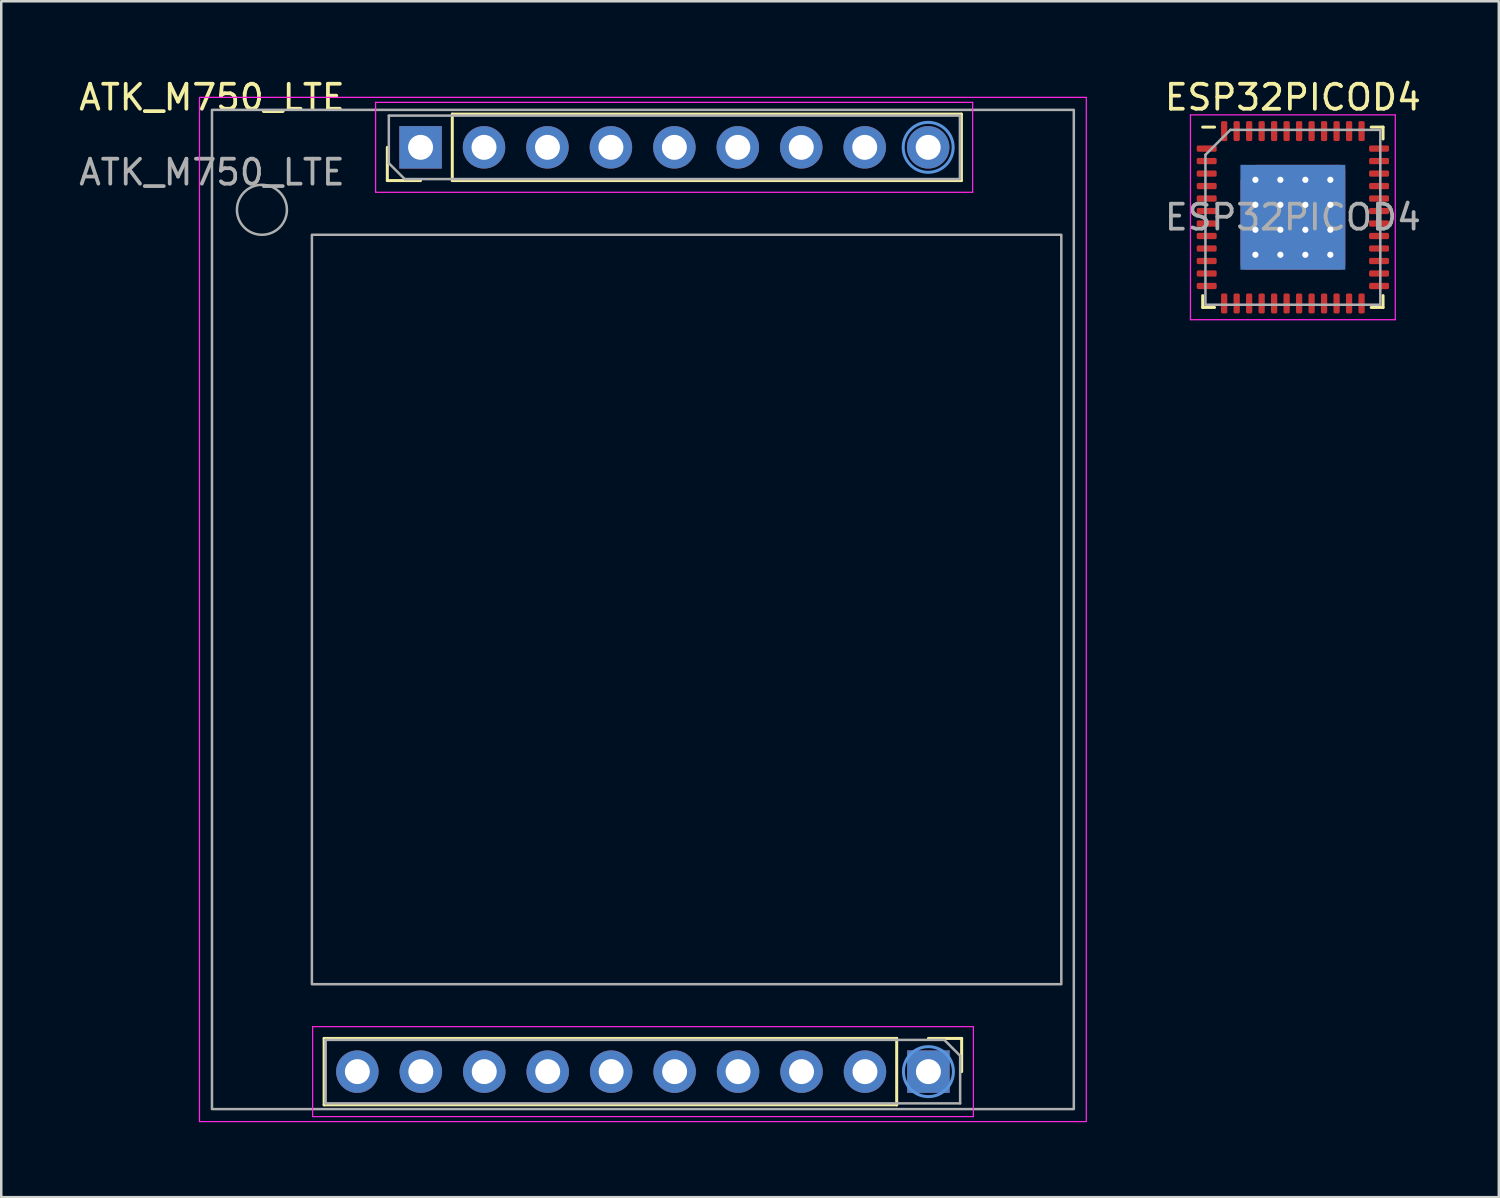
<source format=kicad_pcb>
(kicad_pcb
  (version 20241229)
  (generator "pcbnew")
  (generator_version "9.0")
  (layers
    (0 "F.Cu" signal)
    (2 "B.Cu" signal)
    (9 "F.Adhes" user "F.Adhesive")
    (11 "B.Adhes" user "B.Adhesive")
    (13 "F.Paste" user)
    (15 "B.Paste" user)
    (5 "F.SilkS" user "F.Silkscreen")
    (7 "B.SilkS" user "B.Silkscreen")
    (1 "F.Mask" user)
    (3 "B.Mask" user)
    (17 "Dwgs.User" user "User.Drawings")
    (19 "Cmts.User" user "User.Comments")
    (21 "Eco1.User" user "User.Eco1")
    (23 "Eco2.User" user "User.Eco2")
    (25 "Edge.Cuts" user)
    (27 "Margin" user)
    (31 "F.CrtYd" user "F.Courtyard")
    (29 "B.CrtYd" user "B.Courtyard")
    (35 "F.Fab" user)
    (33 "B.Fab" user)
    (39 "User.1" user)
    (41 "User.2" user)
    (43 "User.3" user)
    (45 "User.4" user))
  (footprint "ATK_M750_LTE"
    (layer "F.Cu")
    (at 5.435 1.348)
    (property "Reference" "ATK_M750_LTE" (at 0 -0.5 0) (unlocked yes) (layer "F.SilkS") (effects (font (size 1 1) (thickness 0.15))))
    (attr through_hole)
    (fp_line (start 4.49 37.17) (end 4.49 39.83) (stroke (width 0.12) (type solid)) (layer "F.SilkS"))
    (fp_line (start 7.02 2.83) (end 7.02 1.5) (stroke (width 0.12) (type solid)) (layer "F.SilkS"))
    (fp_line (start 8.35 2.83) (end 7.02 2.83) (stroke (width 0.12) (type solid)) (layer "F.SilkS"))
    (fp_line (start 9.62 0.17) (end 30 0.17) (stroke (width 0.12) (type solid)) (layer "F.SilkS"))
    (fp_line (start 9.62 2.83) (end 9.62 0.17) (stroke (width 0.12) (type solid)) (layer "F.SilkS"))
    (fp_line (start 9.62 2.83) (end 30 2.83) (stroke (width 0.12) (type solid)) (layer "F.SilkS"))
    (fp_line (start 27.41 37.17) (end 4.49 37.17) (stroke (width 0.12) (type solid)) (layer "F.SilkS"))
    (fp_line (start 27.41 37.17) (end 27.41 39.83) (stroke (width 0.12) (type solid)) (layer "F.SilkS"))
    (fp_line (start 27.41 39.83) (end 4.49 39.83) (stroke (width 0.12) (type solid)) (layer "F.SilkS"))
    (fp_line (start 28.68 37.17) (end 30.01 37.17) (stroke (width 0.12) (type solid)) (layer "F.SilkS"))
    (fp_line (start 30 2.83) (end 30 0.17) (stroke (width 0.12) (type solid)) (layer "F.SilkS"))
    (fp_line (start 30.01 37.17) (end 30.01 38.5) (stroke (width 0.12) (type solid)) (layer "F.SilkS"))
    (fp_circle (center 28.67 1.5) (end 29.67 1.5) (stroke (width 0.12) (type solid)) (fill no) (layer "Cmts.User"))
    (fp_circle (center 28.68 38.5) (end 29.68 38.5) (stroke (width 0.12) (type solid)) (fill no) (layer "Cmts.User"))
    (fp_line (start 4.03 36.7) (end 4.03 40.3) (stroke (width 0.05) (type solid)) (layer "F.CrtYd"))
    (fp_line (start 4.03 40.3) (end 30.48 40.3) (stroke (width 0.05) (type solid)) (layer "F.CrtYd"))
    (fp_line (start 6.55 -0.3) (end 6.55 3.3) (stroke (width 0.05) (type solid)) (layer "F.CrtYd"))
    (fp_line (start 6.55 3.3) (end 30.45 3.3) (stroke (width 0.05) (type solid)) (layer "F.CrtYd"))
    (fp_line (start 30.45 -0.3) (end 6.55 -0.3) (stroke (width 0.05) (type solid)) (layer "F.CrtYd"))
    (fp_line (start 30.45 3.3) (end 30.45 -0.3) (stroke (width 0.05) (type solid)) (layer "F.CrtYd"))
    (fp_line (start 30.48 36.7) (end 4.03 36.7) (stroke (width 0.05) (type solid)) (layer "F.CrtYd"))
    (fp_line (start 30.48 40.3) (end 30.48 36.7) (stroke (width 0.05) (type solid)) (layer "F.CrtYd"))
    (fp_rect (start -0.5 -0.5) (end 35 40.5) (stroke (width 0.05) (type solid)) (fill no) (layer "F.CrtYd"))
    (fp_line (start 4.55 37.23) (end 29.315 37.23) (stroke (width 0.1) (type solid)) (layer "F.Fab"))
    (fp_line (start 4.55 39.77) (end 4.55 37.23) (stroke (width 0.1) (type solid)) (layer "F.Fab"))
    (fp_line (start 7.08 0.23) (end 29.94 0.23) (stroke (width 0.1) (type solid)) (layer "F.Fab"))
    (fp_line (start 7.08 2.135) (end 7.08 0.23) (stroke (width 0.1) (type solid)) (layer "F.Fab"))
    (fp_line (start 7.715 2.77) (end 7.08 2.135) (stroke (width 0.1) (type solid)) (layer "F.Fab"))
    (fp_line (start 29.315 37.23) (end 29.95 37.865) (stroke (width 0.1) (type solid)) (layer "F.Fab"))
    (fp_line (start 29.94 0.23) (end 29.94 2.77) (stroke (width 0.1) (type solid)) (layer "F.Fab"))
    (fp_line (start 29.94 2.77) (end 7.715 2.77) (stroke (width 0.1) (type solid)) (layer "F.Fab"))
    (fp_line (start 29.95 37.865) (end 29.95 39.77) (stroke (width 0.1) (type solid)) (layer "F.Fab"))
    (fp_line (start 29.95 39.77) (end 4.55 39.77) (stroke (width 0.1) (type solid)) (layer "F.Fab"))
    (fp_rect (start 0 0) (end 34.5 40) (stroke (width 0.1) (type solid)) (fill no) (layer "F.Fab"))
    (fp_rect (start 4 5) (end 34 35) (stroke (width 0.1) (type solid)) (fill no) (layer "F.Fab"))
    (fp_circle (center 2 4) (end 2 3) (stroke (width 0.1) (type solid)) (fill no) (layer "F.Fab"))
    (fp_text user "${REFERENCE}" (at 0 2.5 0) (unlocked yes) (layer "F.Fab") (effects (font (size 1 1) (thickness 0.15))))
    (pad "1" thru_hole rect (at 8.35 1.5 90) (size 1.7 1.7) (drill 1) (layers "*.Cu" "*.Mask"))
    (pad "2" thru_hole oval (at 10.89 1.5 90) (size 1.7 1.7) (drill 1) (layers "*.Cu" "*.Mask"))
    (pad "3" thru_hole oval (at 13.43 1.5 90) (size 1.7 1.7) (drill 1) (layers "*.Cu" "*.Mask"))
    (pad "4" thru_hole oval (at 15.97 1.5 90) (size 1.7 1.7) (drill 1) (layers "*.Cu" "*.Mask"))
    (pad "5" thru_hole oval (at 18.51 1.5 90) (size 1.7 1.7) (drill 1) (layers "*.Cu" "*.Mask"))
    (pad "6" thru_hole oval (at 21.05 1.5 90) (size 1.7 1.7) (drill 1) (layers "*.Cu" "*.Mask"))
    (pad "7" thru_hole oval (at 23.59 1.5 90) (size 1.7 1.7) (drill 1) (layers "*.Cu" "*.Mask"))
    (pad "8" thru_hole oval (at 26.13 1.5 90) (size 1.7 1.7) (drill 1) (layers "*.Cu" "*.Mask"))
    (pad "9" thru_hole oval (at 28.67 1.5 90) (size 1.7 1.7) (drill 1) (layers "*.Cu" "*.Mask"))
    (pad "10" thru_hole rect (at 28.68 38.5 270) (size 1.7 1.7) (drill 1) (layers "*.Cu" "*.Mask"))
    (pad "11" thru_hole oval (at 26.14 38.5 270) (size 1.7 1.7) (drill 1) (layers "*.Cu" "*.Mask"))
    (pad "12" thru_hole oval (at 23.6 38.5 270) (size 1.7 1.7) (drill 1) (layers "*.Cu" "*.Mask"))
    (pad "13" thru_hole oval (at 21.06 38.5 270) (size 1.7 1.7) (drill 1) (layers "*.Cu" "*.Mask"))
    (pad "14" thru_hole oval (at 18.52 38.5 270) (size 1.7 1.7) (drill 1) (layers "*.Cu" "*.Mask"))
    (pad "15" thru_hole oval (at 15.98 38.5 270) (size 1.7 1.7) (drill 1) (layers "*.Cu" "*.Mask"))
    (pad "16" thru_hole oval (at 13.44 38.5 270) (size 1.7 1.7) (drill 1) (layers "*.Cu" "*.Mask"))
    (pad "17" thru_hole oval (at 10.9 38.5 270) (size 1.7 1.7) (drill 1) (layers "*.Cu" "*.Mask"))
    (pad "18" thru_hole oval (at 8.36 38.5 270) (size 1.7 1.7) (drill 1) (layers "*.Cu" "*.Mask"))
    (pad "19" thru_hole oval (at 5.82 38.5 270) (size 1.7 1.7) (drill 1) (layers "*.Cu" "*.Mask")))
  (footprint "ESP32PICOD4"
    (layer "F.Cu")
    (at 48.704 5.648)
    (property "Reference" "ESP32PICOD4" (at 0 -4.8 0) (layer "F.SilkS") (effects (font (size 1 1) (thickness 0.15))))
    (attr smd)
    (fp_line (start -3.61 3.61) (end -3.61 3.135) (stroke (width 0.12) (type solid)) (layer "F.SilkS"))
    (fp_line (start -3.135 -3.61) (end -3.61 -3.61) (stroke (width 0.12) (type solid)) (layer "F.SilkS"))
    (fp_line (start -3.135 3.61) (end -3.61 3.61) (stroke (width 0.12) (type solid)) (layer "F.SilkS"))
    (fp_line (start 3.135 -3.61) (end 3.61 -3.61) (stroke (width 0.12) (type solid)) (layer "F.SilkS"))
    (fp_line (start 3.135 3.61) (end 3.61 3.61) (stroke (width 0.12) (type solid)) (layer "F.SilkS"))
    (fp_line (start 3.61 -3.61) (end 3.61 -3.135) (stroke (width 0.12) (type solid)) (layer "F.SilkS"))
    (fp_line (start 3.61 3.61) (end 3.61 3.135) (stroke (width 0.12) (type solid)) (layer "F.SilkS"))
    (fp_line (start -4.1 -4.1) (end -4.1 4.1) (stroke (width 0.05) (type solid)) (layer "F.CrtYd"))
    (fp_line (start -4.1 4.1) (end 4.1 4.1) (stroke (width 0.05) (type solid)) (layer "F.CrtYd"))
    (fp_line (start 4.1 -4.1) (end -4.1 -4.1) (stroke (width 0.05) (type solid)) (layer "F.CrtYd"))
    (fp_line (start 4.1 4.1) (end 4.1 -4.1) (stroke (width 0.05) (type solid)) (layer "F.CrtYd"))
    (fp_line (start -3.5 -2.5) (end -2.5 -3.5) (stroke (width 0.1) (type solid)) (layer "F.Fab"))
    (fp_line (start -3.5 3.5) (end -3.5 -2.5) (stroke (width 0.1) (type solid)) (layer "F.Fab"))
    (fp_line (start -2.5 -3.5) (end 3.5 -3.5) (stroke (width 0.1) (type solid)) (layer "F.Fab"))
    (fp_line (start 3.5 -3.5) (end 3.5 3.5) (stroke (width 0.1) (type solid)) (layer "F.Fab"))
    (fp_line (start 3.5 3.5) (end -3.5 3.5) (stroke (width 0.1) (type solid)) (layer "F.Fab"))
    (fp_text user "${REFERENCE}" (at 0 0 0) (layer "F.Fab") (effects (font (size 1 1) (thickness 0.15))))
    (pad "" smd custom (at -1 -1) (size 0.772 0.772) (layers "F.Paste") (options (anchor circle)) (primitives (gr_poly (pts (xy -0.32 -0.211) (xy -0.211 -0.32) (xy 0.211 -0.32) (xy 0.32 -0.211) (xy 0.32 0.211) (xy 0.211 0.32) (xy -0.211 0.32) (xy -0.32 0.211)) (width 0.264) (fill yes))))
    (pad "" smd custom (at -1 0) (size 0.772 0.772) (layers "F.Paste") (options (anchor circle)) (primitives (gr_poly (pts (xy -0.32 -0.211) (xy -0.211 -0.32) (xy 0.211 -0.32) (xy 0.32 -0.211) (xy 0.32 0.211) (xy 0.211 0.32) (xy -0.211 0.32) (xy -0.32 0.211)) (width 0.264) (fill yes))))
    (pad "" smd custom (at -1 1) (size 0.772 0.772) (layers "F.Paste") (options (anchor circle)) (primitives (gr_poly (pts (xy -0.32 -0.211) (xy -0.211 -0.32) (xy 0.211 -0.32) (xy 0.32 -0.211) (xy 0.32 0.211) (xy 0.211 0.32) (xy -0.211 0.32) (xy -0.32 0.211)) (width 0.264) (fill yes))))
    (pad "" smd custom (at 0 -1) (size 0.772 0.772) (layers "F.Paste") (options (anchor circle)) (primitives (gr_poly (pts (xy -0.32 -0.211) (xy -0.211 -0.32) (xy 0.211 -0.32) (xy 0.32 -0.211) (xy 0.32 0.211) (xy 0.211 0.32) (xy -0.211 0.32) (xy -0.32 0.211)) (width 0.264) (fill yes))))
    (pad "" smd custom (at 0 0) (size 0.772 0.772) (layers "F.Paste") (options (anchor circle)) (primitives (gr_poly (pts (xy -0.32 -0.211) (xy -0.211 -0.32) (xy 0.211 -0.32) (xy 0.32 -0.211) (xy 0.32 0.211) (xy 0.211 0.32) (xy -0.211 0.32) (xy -0.32 0.211)) (width 0.264) (fill yes))))
    (pad "" smd custom (at 0 1) (size 0.772 0.772) (layers "F.Paste") (options (anchor circle)) (primitives (gr_poly (pts (xy -0.32 -0.211) (xy -0.211 -0.32) (xy 0.211 -0.32) (xy 0.32 -0.211) (xy 0.32 0.211) (xy 0.211 0.32) (xy -0.211 0.32) (xy -0.32 0.211)) (width 0.264) (fill yes))))
    (pad "" smd custom (at 1 -1) (size 0.772 0.772) (layers "F.Paste") (options (anchor circle)) (primitives (gr_poly (pts (xy -0.32 -0.211) (xy -0.211 -0.32) (xy 0.211 -0.32) (xy 0.32 -0.211) (xy 0.32 0.211) (xy 0.211 0.32) (xy -0.211 0.32) (xy -0.32 0.211)) (width 0.264) (fill yes))))
    (pad "" smd custom (at 1 0) (size 0.772 0.772) (layers "F.Paste") (options (anchor circle)) (primitives (gr_poly (pts (xy -0.32 -0.211) (xy -0.211 -0.32) (xy 0.211 -0.32) (xy 0.32 -0.211) (xy 0.32 0.211) (xy 0.211 0.32) (xy -0.211 0.32) (xy -0.32 0.211)) (width 0.264) (fill yes))))
    (pad "" smd custom (at 1 1) (size 0.772 0.772) (layers "F.Paste") (options (anchor circle)) (primitives (gr_poly (pts (xy -0.32 -0.211) (xy -0.211 -0.32) (xy 0.211 -0.32) (xy 0.32 -0.211) (xy 0.32 0.211) (xy 0.211 0.32) (xy -0.211 0.32) (xy -0.32 0.211)) (width 0.264) (fill yes))))
    (pad "1" smd roundrect (at -3.45 -2.75) (size 0.8 0.25) (layers "F.Cu" "F.Mask" "F.Paste") (roundrect_rratio 0.25))
    (pad "2" smd roundrect (at -3.45 -2.25) (size 0.8 0.25) (layers "F.Cu" "F.Mask" "F.Paste") (roundrect_rratio 0.25))
    (pad "3" smd roundrect (at -3.45 -1.75) (size 0.8 0.25) (layers "F.Cu" "F.Mask" "F.Paste") (roundrect_rratio 0.25))
    (pad "4" smd roundrect (at -3.45 -1.25) (size 0.8 0.25) (layers "F.Cu" "F.Mask" "F.Paste") (roundrect_rratio 0.25))
    (pad "5" smd roundrect (at -3.45 -0.75) (size 0.8 0.25) (layers "F.Cu" "F.Mask" "F.Paste") (roundrect_rratio 0.25))
    (pad "6" smd roundrect (at -3.45 -0.25) (size 0.8 0.25) (layers "F.Cu" "F.Mask" "F.Paste") (roundrect_rratio 0.25))
    (pad "7" smd roundrect (at -3.45 0.25) (size 0.8 0.25) (layers "F.Cu" "F.Mask" "F.Paste") (roundrect_rratio 0.25))
    (pad "8" smd roundrect (at -3.45 0.75) (size 0.8 0.25) (layers "F.Cu" "F.Mask" "F.Paste") (roundrect_rratio 0.25))
    (pad "9" smd roundrect (at -3.45 1.25) (size 0.8 0.25) (layers "F.Cu" "F.Mask" "F.Paste") (roundrect_rratio 0.25))
    (pad "10" smd roundrect (at -3.45 1.75) (size 0.8 0.25) (layers "F.Cu" "F.Mask" "F.Paste") (roundrect_rratio 0.25))
    (pad "11" smd roundrect (at -3.45 2.25) (size 0.8 0.25) (layers "F.Cu" "F.Mask" "F.Paste") (roundrect_rratio 0.25))
    (pad "12" smd roundrect (at -3.45 2.75) (size 0.8 0.25) (layers "F.Cu" "F.Mask" "F.Paste") (roundrect_rratio 0.25))
    (pad "13" smd roundrect (at -2.75 3.45) (size 0.25 0.8) (layers "F.Cu" "F.Mask" "F.Paste") (roundrect_rratio 0.25))
    (pad "14" smd roundrect (at -2.25 3.45) (size 0.25 0.8) (layers "F.Cu" "F.Mask" "F.Paste") (roundrect_rratio 0.25))
    (pad "15" smd roundrect (at -1.75 3.45) (size 0.25 0.8) (layers "F.Cu" "F.Mask" "F.Paste") (roundrect_rratio 0.25))
    (pad "16" smd roundrect (at -1.25 3.45) (size 0.25 0.8) (layers "F.Cu" "F.Mask" "F.Paste") (roundrect_rratio 0.25))
    (pad "17" smd roundrect (at -0.75 3.45) (size 0.25 0.8) (layers "F.Cu" "F.Mask" "F.Paste") (roundrect_rratio 0.25))
    (pad "18" smd roundrect (at -0.25 3.45) (size 0.25 0.8) (layers "F.Cu" "F.Mask" "F.Paste") (roundrect_rratio 0.25))
    (pad "19" smd roundrect (at 0.25 3.45) (size 0.25 0.8) (layers "F.Cu" "F.Mask" "F.Paste") (roundrect_rratio 0.25))
    (pad "20" smd roundrect (at 0.75 3.45) (size 0.25 0.8) (layers "F.Cu" "F.Mask" "F.Paste") (roundrect_rratio 0.25))
    (pad "21" smd roundrect (at 1.25 3.45) (size 0.25 0.8) (layers "F.Cu" "F.Mask" "F.Paste") (roundrect_rratio 0.25))
    (pad "22" smd roundrect (at 1.75 3.45) (size 0.25 0.8) (layers "F.Cu" "F.Mask" "F.Paste") (roundrect_rratio 0.25))
    (pad "23" smd roundrect (at 2.25 3.45) (size 0.25 0.8) (layers "F.Cu" "F.Mask" "F.Paste") (roundrect_rratio 0.25))
    (pad "24" smd roundrect (at 2.75 3.45) (size 0.25 0.8) (layers "F.Cu" "F.Mask" "F.Paste") (roundrect_rratio 0.25))
    (pad "25" smd roundrect (at 3.45 2.75) (size 0.8 0.25) (layers "F.Cu" "F.Mask" "F.Paste") (roundrect_rratio 0.25))
    (pad "26" smd roundrect (at 3.45 2.25) (size 0.8 0.25) (layers "F.Cu" "F.Mask" "F.Paste") (roundrect_rratio 0.25))
    (pad "27" smd roundrect (at 3.45 1.75) (size 0.8 0.25) (layers "F.Cu" "F.Mask" "F.Paste") (roundrect_rratio 0.25))
    (pad "28" smd roundrect (at 3.45 1.25) (size 0.8 0.25) (layers "F.Cu" "F.Mask" "F.Paste") (roundrect_rratio 0.25))
    (pad "29" smd roundrect (at 3.45 0.75) (size 0.8 0.25) (layers "F.Cu" "F.Mask" "F.Paste") (roundrect_rratio 0.25))
    (pad "30" smd roundrect (at 3.45 0.25) (size 0.8 0.25) (layers "F.Cu" "F.Mask" "F.Paste") (roundrect_rratio 0.25))
    (pad "31" smd roundrect (at 3.45 -0.25) (size 0.8 0.25) (layers "F.Cu" "F.Mask" "F.Paste") (roundrect_rratio 0.25))
    (pad "32" smd roundrect (at 3.45 -0.75) (size 0.8 0.25) (layers "F.Cu" "F.Mask" "F.Paste") (roundrect_rratio 0.25))
    (pad "33" smd roundrect (at 3.45 -1.25) (size 0.8 0.25) (layers "F.Cu" "F.Mask" "F.Paste") (roundrect_rratio 0.25))
    (pad "34" smd roundrect (at 3.45 -1.75) (size 0.8 0.25) (layers "F.Cu" "F.Mask" "F.Paste") (roundrect_rratio 0.25))
    (pad "35" smd roundrect (at 3.45 -2.25) (size 0.8 0.25) (layers "F.Cu" "F.Mask" "F.Paste") (roundrect_rratio 0.25))
    (pad "36" smd roundrect (at 3.45 -2.75) (size 0.8 0.25) (layers "F.Cu" "F.Mask" "F.Paste") (roundrect_rratio 0.25))
    (pad "37" smd roundrect (at 2.75 -3.45) (size 0.25 0.8) (layers "F.Cu" "F.Mask" "F.Paste") (roundrect_rratio 0.25))
    (pad "38" smd roundrect (at 2.25 -3.45) (size 0.25 0.8) (layers "F.Cu" "F.Mask" "F.Paste") (roundrect_rratio 0.25))
    (pad "39" smd roundrect (at 1.75 -3.45) (size 0.25 0.8) (layers "F.Cu" "F.Mask" "F.Paste") (roundrect_rratio 0.25))
    (pad "40" smd roundrect (at 1.25 -3.45) (size 0.25 0.8) (layers "F.Cu" "F.Mask" "F.Paste") (roundrect_rratio 0.25))
    (pad "41" smd roundrect (at 0.75 -3.45) (size 0.25 0.8) (layers "F.Cu" "F.Mask" "F.Paste") (roundrect_rratio 0.25))
    (pad "42" smd roundrect (at 0.25 -3.45) (size 0.25 0.8) (layers "F.Cu" "F.Mask" "F.Paste") (roundrect_rratio 0.25))
    (pad "43" smd roundrect (at -0.25 -3.45) (size 0.25 0.8) (layers "F.Cu" "F.Mask" "F.Paste") (roundrect_rratio 0.25))
    (pad "44" smd roundrect (at -0.75 -3.45) (size 0.25 0.8) (layers "F.Cu" "F.Mask" "F.Paste") (roundrect_rratio 0.25))
    (pad "45" smd roundrect (at -1.25 -3.45) (size 0.25 0.8) (layers "F.Cu" "F.Mask" "F.Paste") (roundrect_rratio 0.25))
    (pad "46" smd roundrect (at -1.75 -3.45) (size 0.25 0.8) (layers "F.Cu" "F.Mask" "F.Paste") (roundrect_rratio 0.25))
    (pad "47" smd roundrect (at -2.25 -3.45) (size 0.25 0.8) (layers "F.Cu" "F.Mask" "F.Paste") (roundrect_rratio 0.25))
    (pad "48" smd roundrect (at -2.75 -3.45) (size 0.25 0.8) (layers "F.Cu" "F.Mask" "F.Paste") (roundrect_rratio 0.25))
    (pad "49" thru_hole circle (at -1.5 -1.5) (size 0.5 0.5) (drill 0.25) (layers "*.Cu"))
    (pad "49" thru_hole circle (at -1.5 -0.5) (size 0.5 0.5) (drill 0.25) (layers "*.Cu"))
    (pad "49" thru_hole circle (at -1.5 0.5) (size 0.5 0.5) (drill 0.25) (layers "*.Cu"))
    (pad "49" thru_hole circle (at -1.5 1.5) (size 0.5 0.5) (drill 0.25) (layers "*.Cu"))
    (pad "49" thru_hole circle (at -0.5 -1.5) (size 0.5 0.5) (drill 0.25) (layers "*.Cu"))
    (pad "49" thru_hole circle (at -0.5 -0.5) (size 0.5 0.5) (drill 0.25) (layers "*.Cu"))
    (pad "49" thru_hole circle (at -0.5 0.5) (size 0.5 0.5) (drill 0.25) (layers "*.Cu"))
    (pad "49" thru_hole circle (at -0.5 1.5) (size 0.5 0.5) (drill 0.25) (layers "*.Cu"))
    (pad "49" smd rect (at 0 0) (size 4.2 4.2) (layers "B.Cu"))
    (pad "49" smd roundrect (at 0 0) (size 4.2 4.2) (layers "F.Cu" "F.Mask") (roundrect_rratio 0.05) (chamfer_ratio 0.15) (chamfer top_left))
    (pad "49" thru_hole circle (at 0.5 -1.5) (size 0.5 0.5) (drill 0.25) (layers "*.Cu"))
    (pad "49" thru_hole circle (at 0.5 -0.5) (size 0.5 0.5) (drill 0.25) (layers "*.Cu"))
    (pad "49" thru_hole circle (at 0.5 0.5) (size 0.5 0.5) (drill 0.25) (layers "*.Cu"))
    (pad "49" thru_hole circle (at 0.5 1.5) (size 0.5 0.5) (drill 0.25) (layers "*.Cu"))
    (pad "49" thru_hole circle (at 1.5 -1.5) (size 0.5 0.5) (drill 0.25) (layers "*.Cu"))
    (pad "49" thru_hole circle (at 1.5 -0.5) (size 0.5 0.5) (drill 0.25) (layers "*.Cu"))
    (pad "49" thru_hole circle (at 1.5 0.5) (size 0.5 0.5) (drill 0.25) (layers "*.Cu"))
    (pad "49" thru_hole circle (at 1.5 1.5) (size 0.5 0.5) (drill 0.25) (layers "*.Cu"))
    (zone (net_name "") (layer "F.Cu") (hatch edge 0.5) (connect_pads) (min_thickness 0.25) (filled_areas_thickness no) (keepout (tracks allowed) (vias allowed) (pads allowed) (copperpour not_allowed) (footprints allowed)) (placement (enabled no)) (fill) (polygon (pts (xy 45.604 2.548) (xy 51.804 2.548) (xy 51.804 8.748) (xy 45.604 8.748)))))
  (gr_rect
    (start -3 -3)
    (end 56.948 44.873)
    (stroke (width 0.1) (type default))
    (fill no)
    (layer "Edge.Cuts")))
</source>
